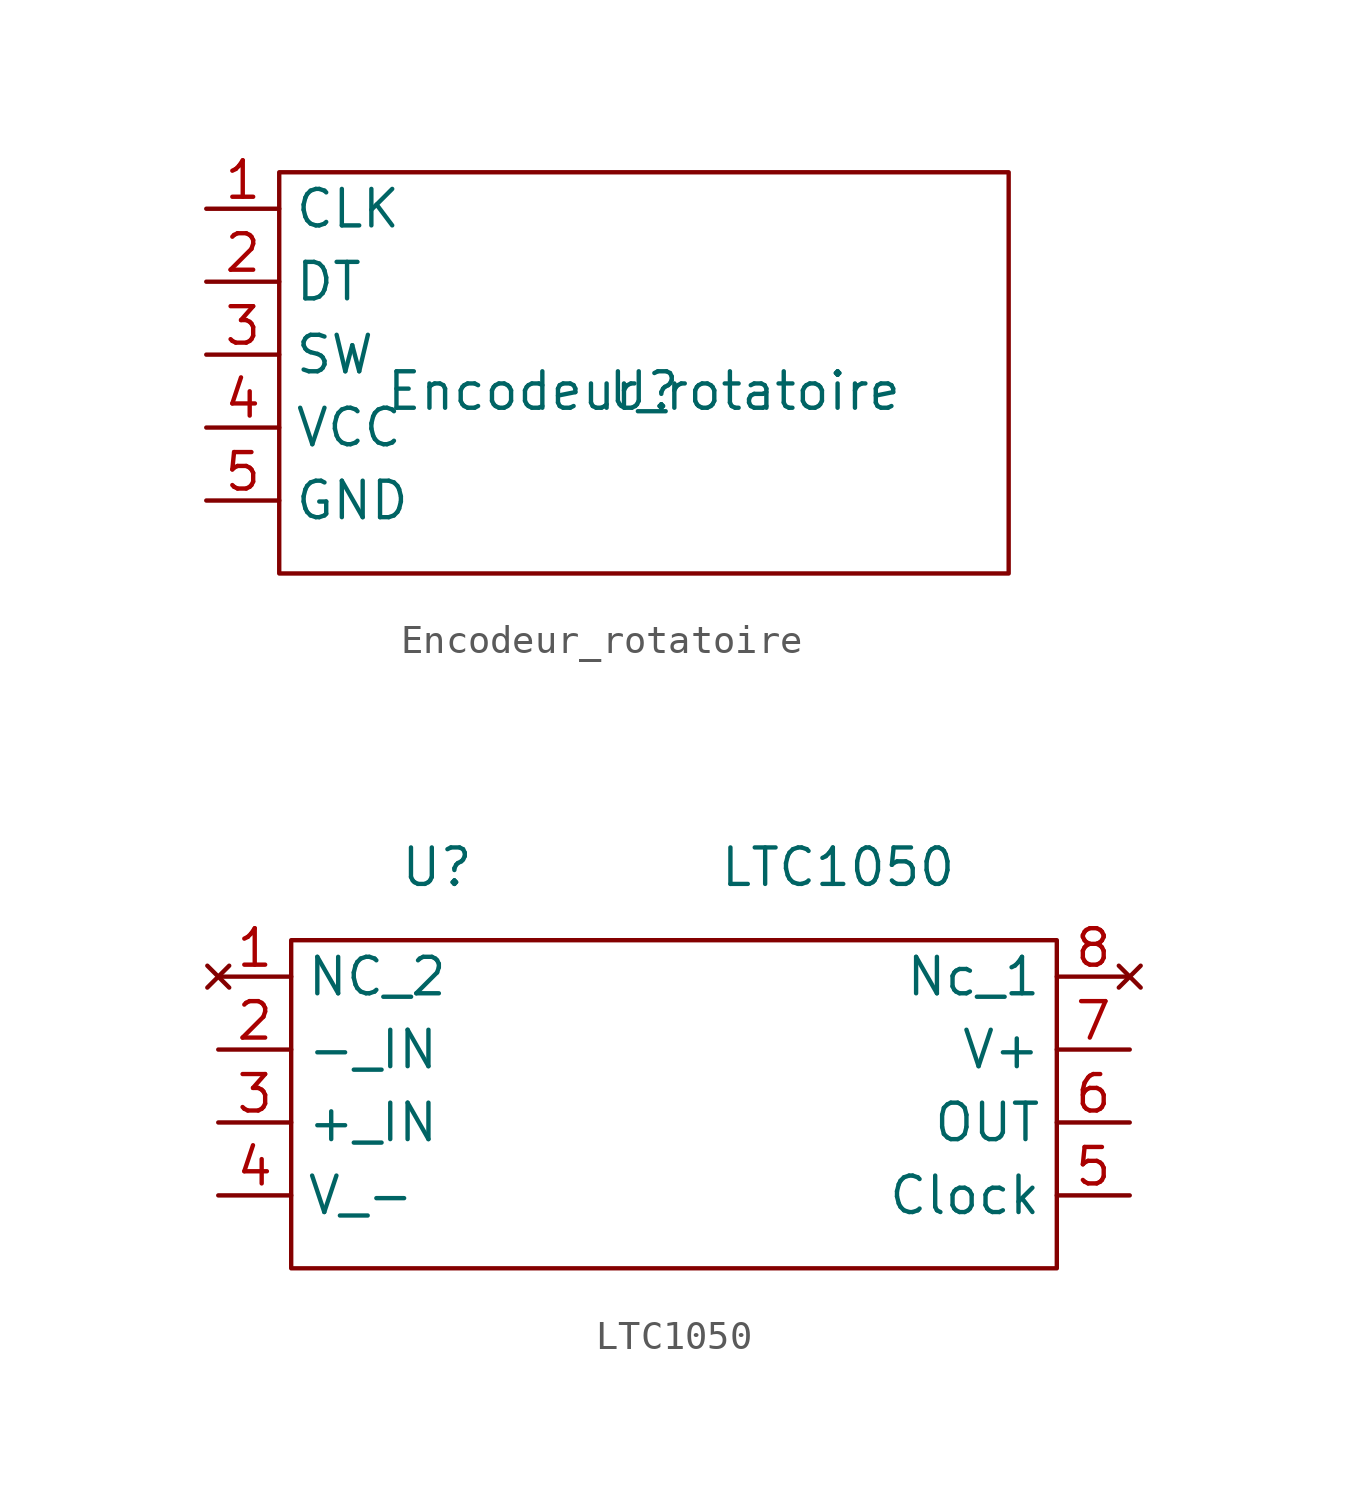
<source format=kicad_sym>
(kicad_symbol_lib
  (version 20211014)
  (generator kicad_symbol_editor)
  (symbol "Encodeur_rotatoire"
    (property "Reference" "U"
      (at 0 0 0)
      (effects (font (size 1.27 1.27))))
    (property "Value" "Encodeur_rotatoire"
      (at 0 0 0)
      (effects (font (size 1.27 1.27))))
    (symbol "Encodeur_rotatoire_0_1"
      (rectangle (start -12.7 7.62) (end 12.7 -6.35) (stroke (width 0) (type default) (color 0 0 0 0)) (fill (type none))))
    (symbol "Encodeur_rotatoire_1_1"
      (pin input line (at -15.24 6.35 0) (length 2.54) (name "CLK" (effects (font (size 1.27 1.27)))) (number "1" (effects (font (size 1.27 1.27)))))
      (pin input line (at -15.24 3.81 0) (length 2.54) (name "DT" (effects (font (size 1.27 1.27)))) (number "2" (effects (font (size 1.27 1.27)))))
      (pin input line (at -15.24 1.27 0) (length 2.54) (name "SW" (effects (font (size 1.27 1.27)))) (number "3" (effects (font (size 1.27 1.27)))))
      (pin input line (at -15.24 -1.27 0) (length 2.54) (name "VCC" (effects (font (size 1.27 1.27)))) (number "4" (effects (font (size 1.27 1.27)))))
      (pin unspecified line (at -15.24 -3.81 0) (length 2.54) (name "GND" (effects (font (size 1.27 1.27)))) (number "5" (effects (font (size 1.27 1.27)))))))
  (symbol "LTC1050"
    (property "Reference" "U"
      (at -7.62 0 0)
      (effects (font (size 1.27 1.27))))
    (property "Value" "LTC1050"
      (at 6.35 0 0)
      (effects (font (size 1.27 1.27))))
    (symbol "LTC1050_0_1"
      (rectangle (start -12.7 -2.54) (end 13.97 -13.97) (stroke (width 0) (type default) (color 0 0 0 0)) (fill (type none))))
    (symbol "LTC1050_1_1"
      (pin no_connect line (at -15.24 -3.81 0) (length 2.54) (name "NC_2" (effects (font (size 1.27 1.27)))) (number "1" (effects (font (size 1.27 1.27)))))
      (pin input line (at -15.24 -6.35 0) (length 2.54) (name "-_IN" (effects (font (size 1.27 1.27)))) (number "2" (effects (font (size 1.27 1.27)))))
      (pin input line (at -15.24 -8.89 0) (length 2.54) (name "+_IN" (effects (font (size 1.27 1.27)))) (number "3" (effects (font (size 1.27 1.27)))))
      (pin input line (at -15.24 -11.43 0) (length 2.54) (name "V_-" (effects (font (size 1.27 1.27)))) (number "4" (effects (font (size 1.27 1.27)))))
      (pin input line (at 16.51 -11.43 180) (length 2.54) (name "Clock" (effects (font (size 1.27 1.27)))) (number "5" (effects (font (size 1.27 1.27)))))
      (pin output line (at 16.51 -8.89 180) (length 2.54) (name "OUT" (effects (font (size 1.27 1.27)))) (number "6" (effects (font (size 1.27 1.27)))))
      (pin input line (at 16.51 -6.35 180) (length 2.54) (name "V+" (effects (font (size 1.27 1.27)))) (number "7" (effects (font (size 1.27 1.27)))))
      (pin no_connect line (at 16.51 -3.81 180) (length 2.54) (name "Nc_1" (effects (font (size 1.27 1.27)))) (number "8" (effects (font (size 1.27 1.27))))))))
</source>
